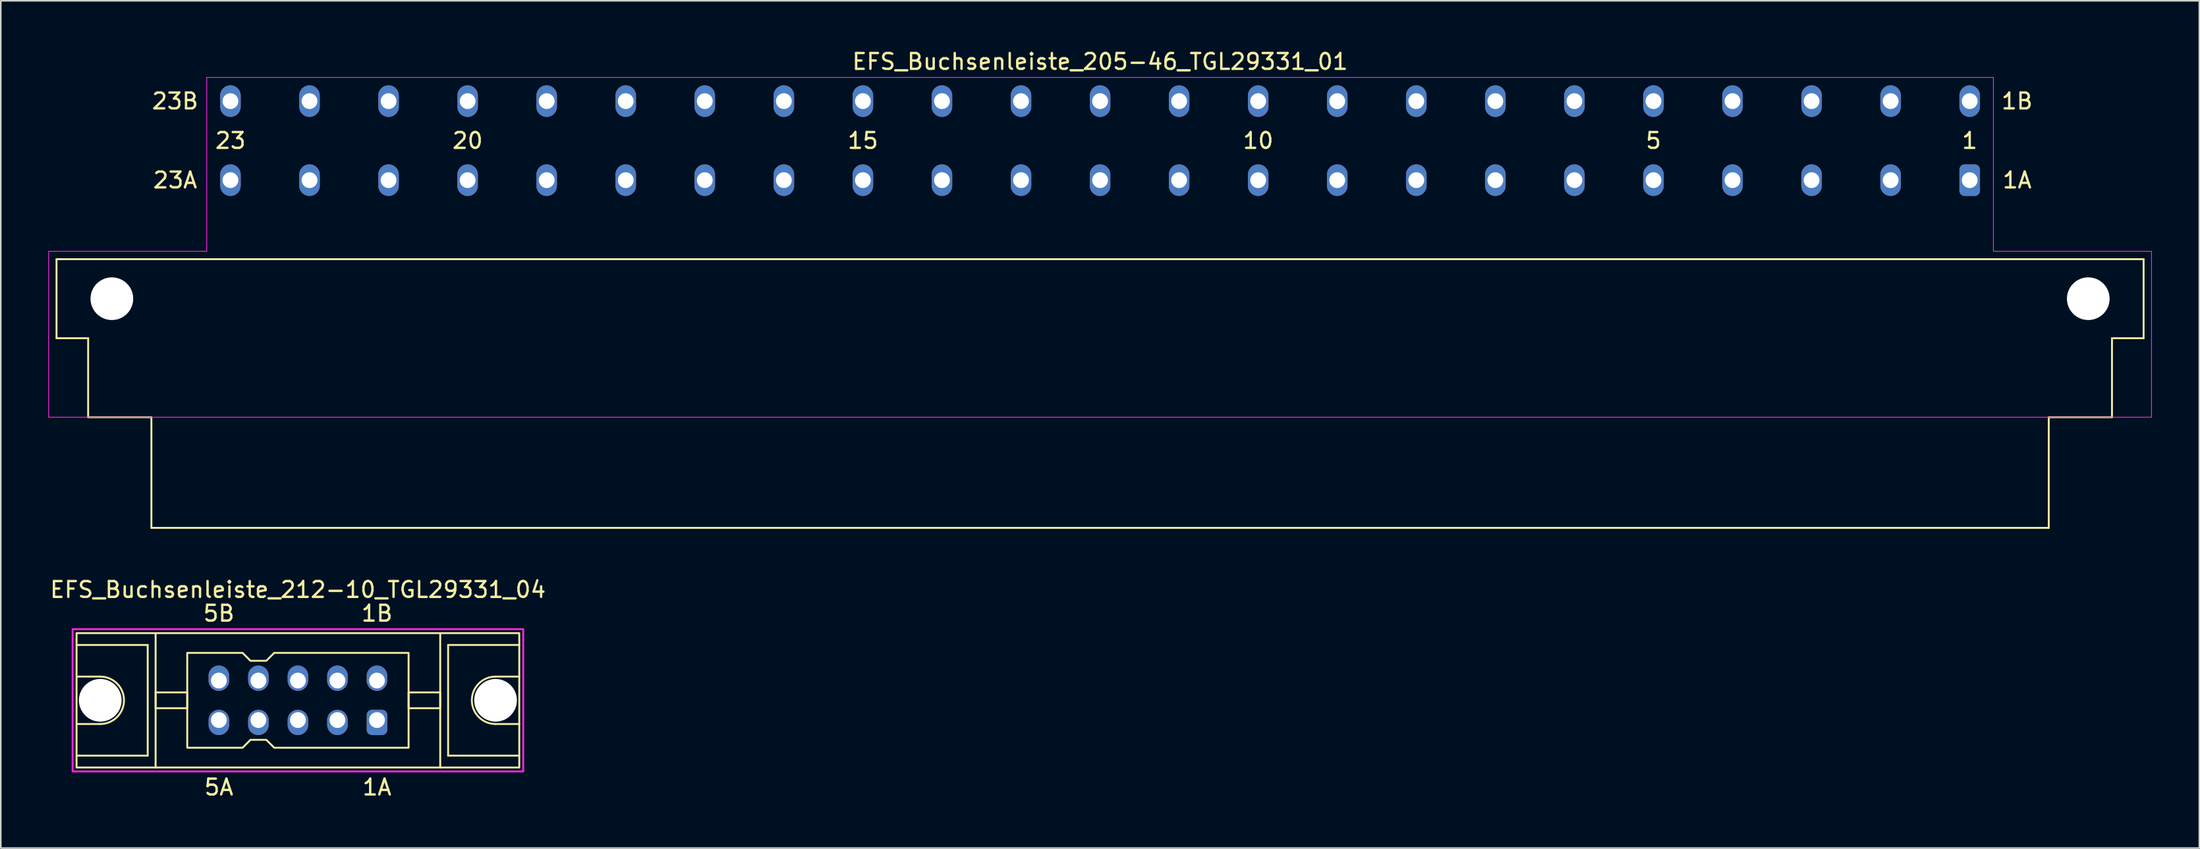
<source format=kicad_pcb>
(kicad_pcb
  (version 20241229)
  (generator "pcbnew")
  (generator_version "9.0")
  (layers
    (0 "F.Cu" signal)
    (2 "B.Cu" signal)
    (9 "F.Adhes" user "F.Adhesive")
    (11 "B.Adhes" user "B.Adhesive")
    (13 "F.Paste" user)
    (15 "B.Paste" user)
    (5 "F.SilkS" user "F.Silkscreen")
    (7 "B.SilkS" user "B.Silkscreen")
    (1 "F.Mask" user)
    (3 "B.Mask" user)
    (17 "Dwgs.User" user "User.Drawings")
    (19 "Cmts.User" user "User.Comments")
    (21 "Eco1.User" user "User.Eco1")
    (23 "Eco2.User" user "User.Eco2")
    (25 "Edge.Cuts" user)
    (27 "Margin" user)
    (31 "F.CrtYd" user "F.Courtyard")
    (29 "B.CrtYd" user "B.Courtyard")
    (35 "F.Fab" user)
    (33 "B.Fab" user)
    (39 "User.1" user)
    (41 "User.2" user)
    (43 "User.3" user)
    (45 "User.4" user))
  (footprint "EFS_Buchsenleiste_205-46_TGL29331_01"
    (layer "F.Cu")
    (at 66.525 20.848)
    (property "Reference" "EFS_Buchsenleiste_205-46_TGL29331_01" (at 0 -20 180) (layer "F.SilkS") (effects (font (size 1 1) (thickness 0.15))))
    (attr through_hole)
    (fp_line (start -66 -7.5) (end -66 -2.5) (stroke (width 0.12) (type solid)) (layer "F.SilkS"))
    (fp_line (start -66 -7.5) (end 66 -7.5) (stroke (width 0.12) (type solid)) (layer "F.SilkS"))
    (fp_line (start -66 -2.5) (end -64 -2.5) (stroke (width 0.12) (type solid)) (layer "F.SilkS"))
    (fp_line (start -64 -2.5) (end -64 2.5) (stroke (width 0.12) (type solid)) (layer "F.SilkS"))
    (fp_line (start -64 2.5) (end -60 2.5) (stroke (width 0.12) (type solid)) (layer "F.SilkS"))
    (fp_line (start -60 2.5) (end -60 9.5) (stroke (width 0.12) (type solid)) (layer "F.SilkS"))
    (fp_line (start -60 9.5) (end 60 9.5) (stroke (width 0.12) (type solid)) (layer "F.SilkS"))
    (fp_line (start 60 2.5) (end 64 2.5) (stroke (width 0.12) (type solid)) (layer "F.SilkS"))
    (fp_line (start 60 9.5) (end 60 2.5) (stroke (width 0.12) (type solid)) (layer "F.SilkS"))
    (fp_line (start 64 -2.5) (end 66 -2.5) (stroke (width 0.12) (type solid)) (layer "F.SilkS"))
    (fp_line (start 64 2.5) (end 64 -2.5) (stroke (width 0.12) (type solid)) (layer "F.SilkS"))
    (fp_line (start 66 -2.5) (end 66 -7.5) (stroke (width 0.12) (type solid)) (layer "F.SilkS"))
    (fp_line (start -66.5 2.5) (end -66.5 -8) (stroke (width 0.05) (type solid)) (layer "F.CrtYd"))
    (fp_line (start -56.5 -19) (end 56.5 -19) (stroke (width 0.05) (type solid)) (layer "F.CrtYd"))
    (fp_line (start -56.5 -8) (end -66.5 -8) (stroke (width 0.05) (type solid)) (layer "F.CrtYd"))
    (fp_line (start -56.5 -8) (end -56.5 -19) (stroke (width 0.05) (type solid)) (layer "F.CrtYd"))
    (fp_line (start 56.5 -19) (end 56.5 -8) (stroke (width 0.05) (type solid)) (layer "F.CrtYd"))
    (fp_line (start 56.5 -8) (end 66.5 -8) (stroke (width 0.05) (type solid)) (layer "F.CrtYd"))
    (fp_line (start 66.5 -8) (end 66.5 2.5) (stroke (width 0.05) (type solid)) (layer "F.CrtYd"))
    (fp_line (start 66.5 2.5) (end -66.5 2.5) (stroke (width 0.05) (type solid)) (layer "F.CrtYd"))
    (fp_text user "1A" (at 58 -12.5 0) (layer "F.SilkS") (effects (font (size 1 1) (thickness 0.15))))
    (fp_text user "23B" (at -58.5 -17.5 0) (layer "F.SilkS") (effects (font (size 1 1) (thickness 0.15))))
    (fp_text user "23" (at -55 -15 180) (layer "F.SilkS") (effects (font (size 1 1) (thickness 0.15))))
    (fp_text user "10" (at 10 -15 180) (layer "F.SilkS") (effects (font (size 1 1) (thickness 0.15))))
    (fp_text user "5" (at 35 -15 180) (layer "F.SilkS") (effects (font (size 1 1) (thickness 0.15))))
    (fp_text user "23A" (at -58.5 -12.5 0) (layer "F.SilkS") (effects (font (size 1 1) (thickness 0.15))))
    (fp_text user "20" (at -40 -15 180) (layer "F.SilkS") (effects (font (size 1 1) (thickness 0.15))))
    (fp_text user "15" (at -15 -15 180) (layer "F.SilkS") (effects (font (size 1 1) (thickness 0.15))))
    (fp_text user "1B" (at 58 -17.5 0) (layer "F.SilkS") (effects (font (size 1 1) (thickness 0.15))))
    (fp_text user "1" (at 55 -15 180) (layer "F.SilkS") (effects (font (size 1 1) (thickness 0.15))))
    (pad "" np_thru_hole circle (at -62.5 -5) (size 2.7 2.7) (drill 2.7) (layers "*.Cu" "*.Mask"))
    (pad "" np_thru_hole circle (at 62.5 -5) (size 2.7 2.7) (drill 2.7) (layers "*.Cu" "*.Mask"))
    (pad "1a" thru_hole roundrect (at 55 -12.5) (size 1.3 2) (drill 1) (layers "*.Cu" "*.Mask") (roundrect_rratio 0.25))
    (pad "1b" thru_hole oval (at 55 -17.5) (size 1.3 2) (drill 1) (layers "*.Cu" "*.Mask"))
    (pad "2a" thru_hole oval (at 50 -12.5) (size 1.3 2) (drill 1) (layers "*.Cu" "*.Mask"))
    (pad "2b" thru_hole oval (at 50 -17.5) (size 1.3 2) (drill 1) (layers "*.Cu" "*.Mask"))
    (pad "3a" thru_hole oval (at 45 -12.5) (size 1.3 2) (drill 1) (layers "*.Cu" "*.Mask"))
    (pad "3b" thru_hole oval (at 45 -17.5) (size 1.3 2) (drill 1) (layers "*.Cu" "*.Mask"))
    (pad "4a" thru_hole oval (at 40 -12.5) (size 1.3 2) (drill 1) (layers "*.Cu" "*.Mask"))
    (pad "4b" thru_hole oval (at 40 -17.5) (size 1.3 2) (drill 1) (layers "*.Cu" "*.Mask"))
    (pad "5a" thru_hole oval (at 35 -12.5) (size 1.3 2) (drill 1) (layers "*.Cu" "*.Mask"))
    (pad "5b" thru_hole oval (at 35 -17.5) (size 1.3 2) (drill 1) (layers "*.Cu" "*.Mask"))
    (pad "6a" thru_hole oval (at 30 -12.5) (size 1.3 2) (drill 1) (layers "*.Cu" "*.Mask"))
    (pad "6b" thru_hole oval (at 30 -17.5) (size 1.3 2) (drill 1) (layers "*.Cu" "*.Mask"))
    (pad "7a" thru_hole oval (at 25 -12.5) (size 1.3 2) (drill 1) (layers "*.Cu" "*.Mask"))
    (pad "7b" thru_hole oval (at 25 -17.5) (size 1.3 2) (drill 1) (layers "*.Cu" "*.Mask"))
    (pad "8a" thru_hole oval (at 20 -12.5) (size 1.3 2) (drill 1) (layers "*.Cu" "*.Mask"))
    (pad "8b" thru_hole oval (at 20 -17.5) (size 1.3 2) (drill 1) (layers "*.Cu" "*.Mask"))
    (pad "9a" thru_hole oval (at 15 -12.5) (size 1.3 2) (drill 1) (layers "*.Cu" "*.Mask"))
    (pad "9b" thru_hole oval (at 15 -17.5) (size 1.3 2) (drill 1) (layers "*.Cu" "*.Mask"))
    (pad "10a" thru_hole oval (at 10 -12.5) (size 1.3 2) (drill 1) (layers "*.Cu" "*.Mask"))
    (pad "10b" thru_hole oval (at 10 -17.5) (size 1.3 2) (drill 1) (layers "*.Cu" "*.Mask"))
    (pad "11a" thru_hole oval (at 5 -12.5) (size 1.3 2) (drill 1) (layers "*.Cu" "*.Mask"))
    (pad "11b" thru_hole oval (at 5 -17.5) (size 1.3 2) (drill 1) (layers "*.Cu" "*.Mask"))
    (pad "12a" thru_hole oval (at 0 -12.5) (size 1.3 2) (drill 1) (layers "*.Cu" "*.Mask"))
    (pad "12b" thru_hole oval (at 0 -17.5) (size 1.3 2) (drill 1) (layers "*.Cu" "*.Mask"))
    (pad "13a" thru_hole oval (at -5 -12.5) (size 1.3 2) (drill 1) (layers "*.Cu" "*.Mask"))
    (pad "13b" thru_hole oval (at -5 -17.5) (size 1.3 2) (drill 1) (layers "*.Cu" "*.Mask"))
    (pad "14a" thru_hole oval (at -10 -12.5) (size 1.3 2) (drill 1) (layers "*.Cu" "*.Mask"))
    (pad "14b" thru_hole oval (at -10 -17.5) (size 1.3 2) (drill 1) (layers "*.Cu" "*.Mask"))
    (pad "15a" thru_hole oval (at -15 -12.5) (size 1.3 2) (drill 1) (layers "*.Cu" "*.Mask"))
    (pad "15b" thru_hole oval (at -15 -17.5) (size 1.3 2) (drill 1) (layers "*.Cu" "*.Mask"))
    (pad "16a" thru_hole oval (at -20 -12.5) (size 1.3 2) (drill 1) (layers "*.Cu" "*.Mask"))
    (pad "16b" thru_hole oval (at -20 -17.5) (size 1.3 2) (drill 1) (layers "*.Cu" "*.Mask"))
    (pad "17a" thru_hole oval (at -25 -12.5) (size 1.3 2) (drill 1) (layers "*.Cu" "*.Mask"))
    (pad "17b" thru_hole oval (at -25 -17.5) (size 1.3 2) (drill 1) (layers "*.Cu" "*.Mask"))
    (pad "18a" thru_hole oval (at -30 -12.5) (size 1.3 2) (drill 1) (layers "*.Cu" "*.Mask"))
    (pad "18b" thru_hole oval (at -30 -17.5) (size 1.3 2) (drill 1) (layers "*.Cu" "*.Mask"))
    (pad "19a" thru_hole oval (at -35 -12.5) (size 1.3 2) (drill 1) (layers "*.Cu" "*.Mask"))
    (pad "19b" thru_hole oval (at -35 -17.5) (size 1.3 2) (drill 1) (layers "*.Cu" "*.Mask"))
    (pad "20a" thru_hole oval (at -40 -12.5) (size 1.3 2) (drill 1) (layers "*.Cu" "*.Mask"))
    (pad "20b" thru_hole oval (at -40 -17.5) (size 1.3 2) (drill 1) (layers "*.Cu" "*.Mask"))
    (pad "21a" thru_hole oval (at -45 -12.5) (size 1.3 2) (drill 1) (layers "*.Cu" "*.Mask"))
    (pad "21b" thru_hole oval (at -45 -17.5) (size 1.3 2) (drill 1) (layers "*.Cu" "*.Mask"))
    (pad "22a" thru_hole oval (at -50 -12.5) (size 1.3 2) (drill 1) (layers "*.Cu" "*.Mask"))
    (pad "22b" thru_hole oval (at -50 -17.5) (size 1.3 2) (drill 1) (layers "*.Cu" "*.Mask"))
    (pad "23a" thru_hole oval (at -55 -12.5) (size 1.3 2) (drill 1) (layers "*.Cu" "*.Mask"))
    (pad "23b" thru_hole oval (at -55 -17.5) (size 1.3 2) (drill 1) (layers "*.Cu" "*.Mask")))
  (footprint "EFS_Buchsenleiste_212-10_TGL29331_04"
    (layer "F.Cu")
    (at 15.792 41.257)
    (property "Reference" "EFS_Buchsenleiste_212-10_TGL29331_04" (at 0 -7 180) (layer "F.SilkS") (effects (font (size 1 1) (thickness 0.15))))
    (attr through_hole)
    (fp_line (start -14 -3.5) (end -9.5 -3.5) (stroke (width 0.12) (type solid)) (layer "F.SilkS"))
    (fp_line (start -12.5 -1.5) (end -14 -1.5) (stroke (width 0.12) (type solid)) (layer "F.SilkS"))
    (fp_line (start -12.5 1.5) (end -14 1.5) (stroke (width 0.12) (type solid)) (layer "F.SilkS"))
    (fp_line (start -9.5 -3.5) (end -9.5 3.5) (stroke (width 0.12) (type solid)) (layer "F.SilkS"))
    (fp_line (start -9.5 3.5) (end -14 3.5) (stroke (width 0.12) (type solid)) (layer "F.SilkS"))
    (fp_line (start -9 4.25) (end -9 -4.25) (stroke (width 0.12) (type solid)) (layer "F.SilkS"))
    (fp_line (start 9 4.25) (end 9 -4.25) (stroke (width 0.12) (type solid)) (layer "F.SilkS"))
    (fp_line (start 9.5 -3.5) (end 9.5 3.5) (stroke (width 0.12) (type solid)) (layer "F.SilkS"))
    (fp_line (start 9.5 3.5) (end 14 3.5) (stroke (width 0.12) (type solid)) (layer "F.SilkS"))
    (fp_line (start 12.5 -1.5) (end 14 -1.5) (stroke (width 0.12) (type solid)) (layer "F.SilkS"))
    (fp_line (start 12.5 1.5) (end 14 1.5) (stroke (width 0.12) (type solid)) (layer "F.SilkS"))
    (fp_line (start 14 -3.5) (end 9.5 -3.5) (stroke (width 0.12) (type solid)) (layer "F.SilkS"))
    (fp_rect (start -14 -4.25) (end 14 4.25) (stroke (width 0.12) (type solid)) (fill no) (layer "F.SilkS"))
    (fp_rect (start -9 -0.5) (end -7 0.5) (stroke (width 0.12) (type solid)) (fill no) (layer "F.SilkS"))
    (fp_rect (start 9 -0.5) (end 7 0.5) (stroke (width 0.12) (type solid)) (fill no) (layer "F.SilkS"))
    (fp_arc (start -12.5 -1.5) (mid -11 0) (end -12.5 1.5) (stroke (width 0.12) (type solid)) (layer "F.SilkS"))
    (fp_arc (start 12.5 1.5) (mid 11 0) (end 12.5 -1.5) (stroke (width 0.12) (type solid)) (layer "F.SilkS"))
    (fp_poly (pts (xy -3 -2.5) (xy -2 -2.5) (xy -1.5 -3) (xy 7 -3) (xy 7 3) (xy -1.5 3) (xy -2 2.5) (xy -3 2.5) (xy -3.5 3) (xy -7 3) (xy -7 -3) (xy -3.5 -3)) (stroke (width 0.12) (type solid)) (fill no) (layer "F.SilkS"))
    (fp_rect (start -14.25 -4.5) (end 14.25 4.5) (stroke (width 0.12) (type solid)) (fill no) (layer "F.CrtYd"))
    (fp_text user "5A" (at -5 5.5 180) (layer "F.SilkS") (effects (font (size 1 1) (thickness 0.15))))
    (fp_text user "5B" (at -5 -5.5 180) (layer "F.SilkS") (effects (font (size 1 1) (thickness 0.15))))
    (fp_text user "1A" (at 5 5.5 180) (layer "F.SilkS") (effects (font (size 1 1) (thickness 0.15))))
    (fp_text user "1B" (at 5 -5.5 180) (layer "F.SilkS") (effects (font (size 1 1) (thickness 0.15))))
    (pad "" np_thru_hole circle (at -12.5 0) (size 2.7 2.7) (drill 2.7) (layers "*.Cu" "*.Mask"))
    (pad "" np_thru_hole circle (at 12.5 0) (size 2.7 2.7) (drill 2.7) (layers "*.Cu" "*.Mask"))
    (pad "1a" thru_hole roundrect (at 5 1.25 180) (size 1.3 1.6) (drill 1 (offset 0 -0.15)) (layers "*.Cu" "*.Mask") (roundrect_rratio 0.25))
    (pad "1b" thru_hole oval (at 5 -1.25 180) (size 1.3 1.6) (drill 1 (offset 0 0.15)) (layers "*.Cu" "*.Mask"))
    (pad "2a" thru_hole oval (at 2.5 1.25 180) (size 1.3 1.6) (drill 1 (offset 0 -0.15)) (layers "*.Cu" "*.Mask"))
    (pad "2b" thru_hole oval (at 2.5 -1.25 180) (size 1.3 1.6) (drill 1 (offset 0 0.15)) (layers "*.Cu" "*.Mask"))
    (pad "3a" thru_hole oval (at 0 1.25 180) (size 1.3 1.6) (drill 1 (offset 0 -0.15)) (layers "*.Cu" "*.Mask"))
    (pad "3b" thru_hole oval (at 0 -1.25 180) (size 1.3 1.6) (drill 1 (offset 0 0.15)) (layers "*.Cu" "*.Mask"))
    (pad "4a" thru_hole oval (at -2.5 1.25 180) (size 1.3 1.6) (drill 1 (offset 0 -0.15)) (layers "*.Cu" "*.Mask"))
    (pad "4b" thru_hole oval (at -2.5 -1.25 180) (size 1.3 1.6) (drill 1 (offset 0 0.15)) (layers "*.Cu" "*.Mask"))
    (pad "5a" thru_hole oval (at -5 1.25 180) (size 1.3 1.6) (drill 1 (offset 0 -0.15)) (layers "*.Cu" "*.Mask"))
    (pad "5b" thru_hole oval (at -5 -1.25 180) (size 1.3 1.6) (drill 1 (offset 0 0.15)) (layers "*.Cu" "*.Mask")))
  (gr_rect
    (start -3 -3)
    (end 136.05 50.605)
    (stroke (width 0.1) (type default))
    (fill no)
    (layer "Edge.Cuts")))
</source>
